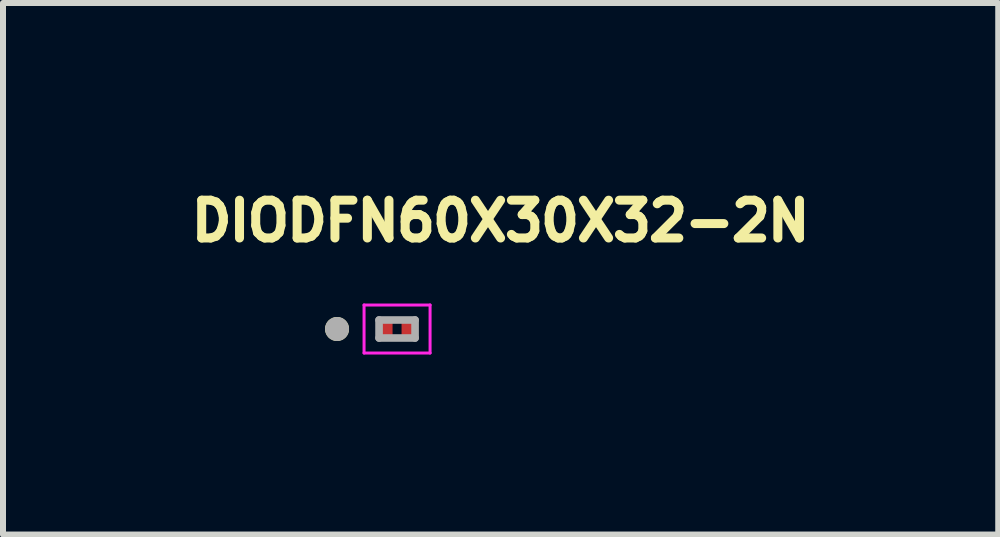
<source format=kicad_pcb>
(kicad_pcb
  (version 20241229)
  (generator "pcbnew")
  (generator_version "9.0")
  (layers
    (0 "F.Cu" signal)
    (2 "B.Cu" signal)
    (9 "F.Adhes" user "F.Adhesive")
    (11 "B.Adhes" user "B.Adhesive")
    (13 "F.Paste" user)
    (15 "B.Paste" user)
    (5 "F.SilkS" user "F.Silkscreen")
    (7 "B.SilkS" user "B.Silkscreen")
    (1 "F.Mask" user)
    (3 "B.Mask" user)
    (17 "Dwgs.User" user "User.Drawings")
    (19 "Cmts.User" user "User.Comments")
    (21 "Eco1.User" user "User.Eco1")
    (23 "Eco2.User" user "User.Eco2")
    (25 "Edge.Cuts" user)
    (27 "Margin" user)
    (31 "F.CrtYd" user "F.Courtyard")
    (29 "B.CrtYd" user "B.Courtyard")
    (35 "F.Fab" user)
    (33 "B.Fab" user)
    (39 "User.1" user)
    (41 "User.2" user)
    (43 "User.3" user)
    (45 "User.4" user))
  (footprint "DIODFN60X30X32-2N"
    (layer "F.Cu")
    (at 3.566 2.432)
    (property "Reference" "DIODFN60X30X32-2N" (at 1.725 -1.8 0) (layer "F.SilkS") (effects (font (size 0.63 0.63) (thickness 0.15))))
    (attr smd)
    (fp_poly (pts (xy -0.325 -0.185) (xy -0.025 -0.185) (xy -0.025 0.185) (xy -0.325 0.185)) (stroke (width 0.01) (type solid)) (fill yes) (layer "F.Mask"))
    (fp_poly (pts (xy 0.025 -0.185) (xy 0.325 -0.185) (xy 0.325 0.185) (xy 0.025 0.185)) (stroke (width 0.01) (type solid)) (fill yes) (layer "F.Mask"))
    (fp_circle (center -1 0) (end -0.9 0) (stroke (width 0.2) (type solid)) (fill no) (layer "F.SilkS"))
    (fp_line (start -0.55 -0.4) (end -0.55 0.4) (stroke (width 0.05) (type solid)) (layer "F.CrtYd"))
    (fp_line (start -0.55 0.4) (end 0.55 0.4) (stroke (width 0.05) (type solid)) (layer "F.CrtYd"))
    (fp_line (start 0.55 -0.4) (end -0.55 -0.4) (stroke (width 0.05) (type solid)) (layer "F.CrtYd"))
    (fp_line (start 0.55 0.4) (end 0.55 -0.4) (stroke (width 0.05) (type solid)) (layer "F.CrtYd"))
    (fp_line (start -0.3 -0.15) (end 0.3 -0.15) (stroke (width 0.127) (type solid)) (layer "F.Fab"))
    (fp_line (start -0.3 0.15) (end -0.3 -0.15) (stroke (width 0.127) (type solid)) (layer "F.Fab"))
    (fp_line (start 0.3 -0.15) (end 0.3 0.15) (stroke (width 0.127) (type solid)) (layer "F.Fab"))
    (fp_line (start 0.3 0.15) (end -0.3 0.15) (stroke (width 0.127) (type solid)) (layer "F.Fab"))
    (fp_circle (center -1 0) (end -0.9 0) (stroke (width 0.2) (type solid)) (fill no) (layer "F.Fab"))
    (pad "1" smd rect (at -0.175 0) (size 0.2 0.27) (layers "F.Cu" "F.Paste"))
    (pad "2" smd rect (at 0.175 0) (size 0.2 0.27) (layers "F.Cu" "F.Paste")))
  (gr_rect
    (start -3 -3)
    (end 13.583 5.857)
    (stroke (width 0.1) (type default))
    (fill no)
    (layer "Edge.Cuts")))
</source>
